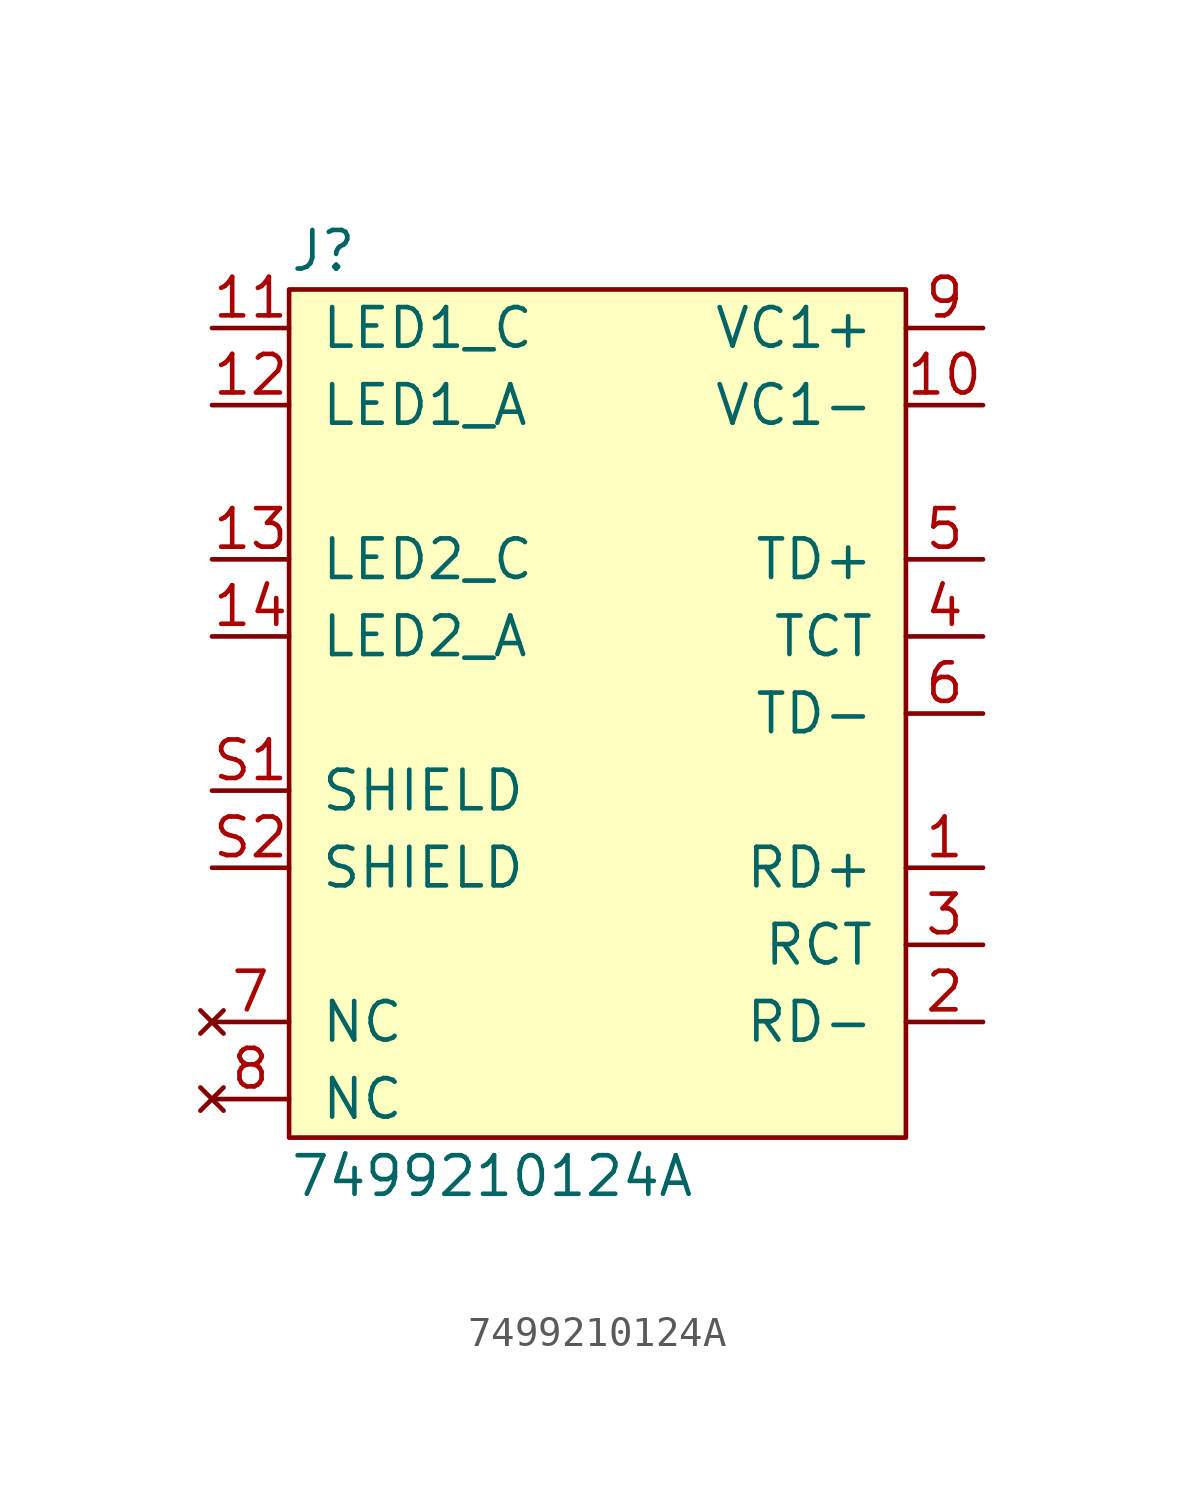
<source format=kicad_sym>
(kicad_symbol_lib
  (version 20211014)
  (generator agg_kicad.build_lib_ic)
  (symbol "7499210124A"
    (pin_names
      (offset 1.016))
    (property Reference J
      (at -10.16 15.24 0)
      (effects (font (size 1.27 1.27)) (justify left)))
    (property Value "7499210124A"
      (at -10.16 -15.24 0)
      (effects (font (size 1.27 1.27)) (justify left)))
    (symbol "7499210124A_0_0"
      (rectangle (start -10.16 13.97) (end 10.16 -13.97) (stroke (width 0) (type default) (color 0 0 0 0)) (fill (type background)))
      (pin passive line (at -12.7 12.7 0) (length 2.54) (name "LED1_C" (effects (font (size 1.27 1.27)))) (number "11" (effects (font (size 1.27 1.27)))))
      (pin passive line (at -12.7 10.16 0) (length 2.54) (name "LED1_A" (effects (font (size 1.27 1.27)))) (number "12" (effects (font (size 1.27 1.27)))))
      (pin passive line (at -12.7 5.08 0) (length 2.54) (name "LED2_C" (effects (font (size 1.27 1.27)))) (number "13" (effects (font (size 1.27 1.27)))))
      (pin passive line (at -12.7 2.54 0) (length 2.54) (name "LED2_A" (effects (font (size 1.27 1.27)))) (number "14" (effects (font (size 1.27 1.27)))))
      (pin passive line (at -12.7 -2.54 0) (length 2.54) (name SHIELD (effects (font (size 1.27 1.27)))) (number "S1" (effects (font (size 1.27 1.27)))))
      (pin passive line (at -12.7 -5.08 0) (length 2.54) (name SHIELD (effects (font (size 1.27 1.27)))) (number "S2" (effects (font (size 1.27 1.27)))))
      (pin no_connect line (at -12.7 -10.16 0) (length 2.54) (name NC (effects (font (size 1.27 1.27)))) (number "7" (effects (font (size 1.27 1.27)))))
      (pin no_connect line (at -12.7 -12.7 0) (length 2.54) (name NC (effects (font (size 1.27 1.27)))) (number "8" (effects (font (size 1.27 1.27)))))
      (pin power_out line (at 12.7 12.7 180) (length 2.54) (name "VC1+" (effects (font (size 1.27 1.27)))) (number "9" (effects (font (size 1.27 1.27)))))
      (pin power_out line (at 12.7 10.16 180) (length 2.54) (name "VC1-" (effects (font (size 1.27 1.27)))) (number "10" (effects (font (size 1.27 1.27)))))
      (pin passive line (at 12.7 5.08 180) (length 2.54) (name "TD+" (effects (font (size 1.27 1.27)))) (number "5" (effects (font (size 1.27 1.27)))))
      (pin passive line (at 12.7 2.54 180) (length 2.54) (name TCT (effects (font (size 1.27 1.27)))) (number "4" (effects (font (size 1.27 1.27)))))
      (pin passive line (at 12.7 0 180) (length 2.54) (name "TD-" (effects (font (size 1.27 1.27)))) (number "6" (effects (font (size 1.27 1.27)))))
      (pin passive line (at 12.7 -5.08 180) (length 2.54) (name "RD+" (effects (font (size 1.27 1.27)))) (number "1" (effects (font (size 1.27 1.27)))))
      (pin passive line (at 12.7 -7.62 180) (length 2.54) (name RCT (effects (font (size 1.27 1.27)))) (number "3" (effects (font (size 1.27 1.27)))))
      (pin passive line (at 12.7 -10.16 180) (length 2.54) (name "RD-" (effects (font (size 1.27 1.27)))) (number "2" (effects (font (size 1.27 1.27))))))))
</source>
